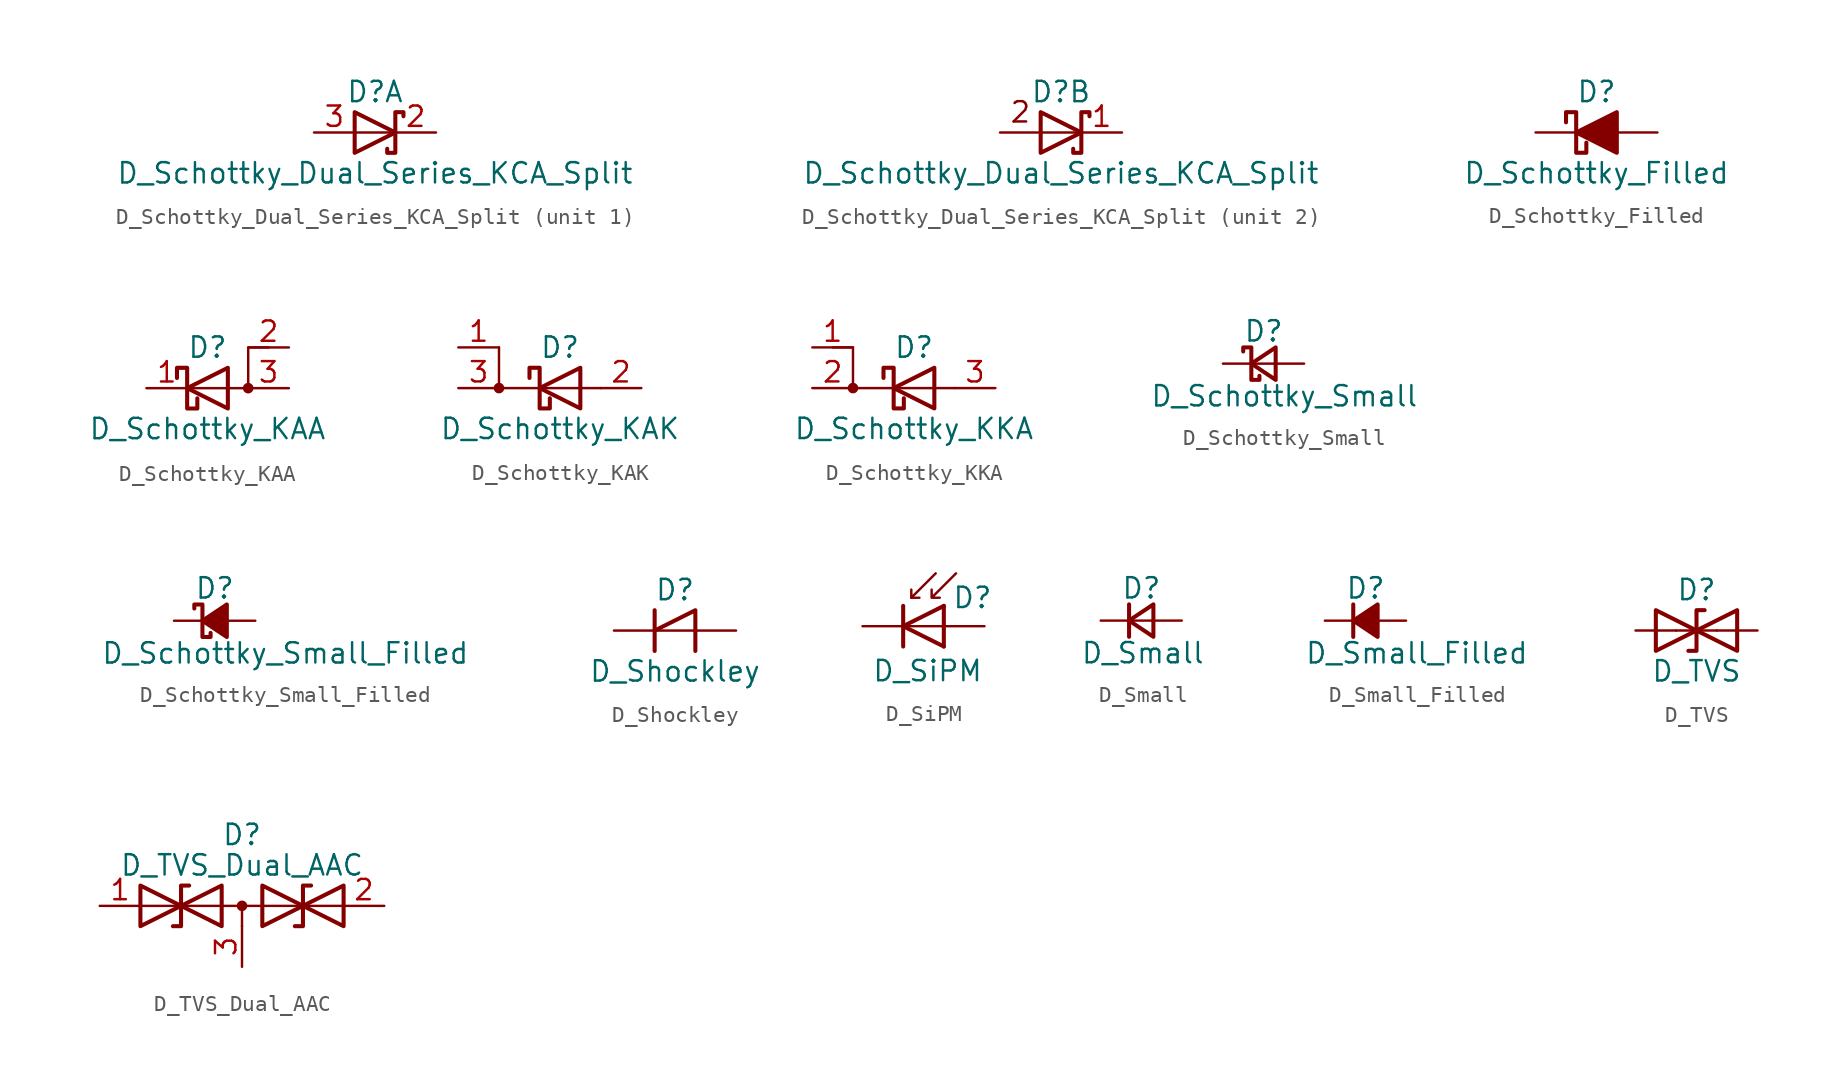
<source format=kicad_sym>
(kicad_symbol_lib
  (version 20241209)
  (generator "kicad_symbol_editor")
  (generator_version "9.0")
  (symbol "D_Schottky_Dual_Series_KCA_Split"
    (pin_names
      (offset 0.762)
      (hide yes))
    (property "Reference" "D"
      (at 0 2.54 0)
      (effects (font (size 1.27 1.27))))
    (property "Value" "D_Schottky_Dual_Series_KCA_Split"
      (at 0 -2.54 0)
      (effects (font (size 1.27 1.27))))
    (property "ki_locked" ""
      (at 0 0 0)
      (effects (font (size 1.27 1.27))))
    (symbol "D_Schottky_Dual_Series_KCA_Split_0_1"
      (polyline (pts (xy -1.27 1.27) (xy 1.27 0) (xy -1.27 -1.27) (xy -1.27 1.27) (xy -1.27 1.27) (xy -1.27 1.27)) (stroke (width 0.254) (type solid)) (fill (type none)))
      (polyline (pts (xy 1.778 1.016) (xy 1.778 1.27) (xy 1.27 1.27) (xy 1.27 -1.27) (xy 0.762 -1.27) (xy 0.762 -1.016)) (stroke (width 0.254) (type solid)) (fill (type none))))
    (symbol "D_Schottky_Dual_Series_KCA_Split_1_1"
      (polyline (pts (xy 1.27 0) (xy -1.27 0)) (stroke (width 0) (type solid)) (fill (type none)))
      (pin passive line (at -3.81 0 0) (length 2.54) (name "A" (effects (font (size 1.27 1.27)))) (number "3" (effects (font (size 1.27 1.27)))))
      (pin passive line (at 3.81 0 180) (length 2.54) (name "K" (effects (font (size 1.27 1.27)))) (number "2" (effects (font (size 1.27 1.27))))))
    (symbol "D_Schottky_Dual_Series_KCA_Split_2_0"
      (polyline (pts (xy 1.27 0) (xy -3.81 0)) (stroke (width 0) (type solid)) (fill (type none)))
      (text "2" (at -2.54 1.27 0) (effects (font (size 1.27 1.27)))))
    (symbol "D_Schottky_Dual_Series_KCA_Split_2_1"
      (pin passive line (at 3.81 0 180) (length 2.54) (name "K" (effects (font (size 1.27 1.27)))) (number "1" (effects (font (size 1.27 1.27)))))))
  (symbol "D_Schottky_Filled"
    (pin_numbers
      (hide yes))
    (pin_names
      (offset 1.016)
      (hide yes))
    (property "Reference" "D"
      (at 0 2.54 0)
      (effects (font (size 1.27 1.27))))
    (property "Value" "D_Schottky_Filled"
      (at 0 -2.54 0)
      (effects (font (size 1.27 1.27))))
    (symbol "D_Schottky_Filled_0_1"
      (polyline (pts (xy -1.905 0.635) (xy -1.905 1.27) (xy -1.27 1.27) (xy -1.27 -1.27) (xy -0.635 -1.27) (xy -0.635 -0.635)) (stroke (width 0.254) (type solid)) (fill (type none)))
      (polyline (pts (xy 1.27 1.27) (xy 1.27 -1.27) (xy -1.27 0) (xy 1.27 1.27)) (stroke (width 0.254) (type solid)) (fill (type outline)))
      (polyline (pts (xy 1.27 0) (xy -1.27 0)) (stroke (width 0) (type solid)) (fill (type none))))
    (symbol "D_Schottky_Filled_1_1"
      (pin passive line (at -3.81 0 0) (length 2.54) (name "K" (effects (font (size 1.27 1.27)))) (number "1" (effects (font (size 1.27 1.27)))))
      (pin passive line (at 3.81 0 180) (length 2.54) (name "A" (effects (font (size 1.27 1.27)))) (number "2" (effects (font (size 1.27 1.27)))))))
  (symbol "D_Schottky_KAA"
    (pin_names
      (offset 0)
      (hide yes))
    (property "Reference" "D"
      (at 0 2.54 0)
      (effects (font (size 1.27 1.27))))
    (property "Value" "D_Schottky_KAA"
      (at 0 -2.54 0)
      (effects (font (size 1.27 1.27))))
    (symbol "D_Schottky_KAA_0_1"
      (polyline (pts (xy -1.905 0.635) (xy -1.905 1.27) (xy -1.27 1.27) (xy -1.27 -1.27) (xy -0.635 -1.27) (xy -0.635 -0.635)) (stroke (width 0.254) (type solid)) (fill (type none)))
      (polyline (pts (xy 1.27 1.27) (xy 1.27 -1.27) (xy -1.27 0) (xy 1.27 1.27)) (stroke (width 0.254) (type solid)) (fill (type none)))
      (circle (center 2.54 0) (radius 0.254) (stroke (width 0) (type solid)) (fill (type outline)))
      (polyline (pts (xy 3.81 2.54) (xy 2.54 2.54) (xy 2.54 0) (xy -1.27 0)) (stroke (width 0) (type solid)) (fill (type none))))
    (symbol "D_Schottky_KAA_1_1"
      (pin passive line (at -3.81 0 0) (length 2.54) (name "K" (effects (font (size 1.27 1.27)))) (number "1" (effects (font (size 1.27 1.27)))))
      (pin input line (at 5.08 2.54 180) (length 2.54) (name "A" (effects (font (size 1.27 1.27)))) (number "2" (effects (font (size 1.27 1.27)))))
      (pin passive line (at 5.08 0 180) (length 2.54) (name "A" (effects (font (size 1.27 1.27)))) (number "3" (effects (font (size 1.27 1.27)))))))
  (symbol "D_Schottky_KAK"
    (pin_names
      (offset 0)
      (hide yes))
    (property "Reference" "D"
      (at 0 2.54 0)
      (effects (font (size 1.27 1.27))))
    (property "Value" "D_Schottky_KAK"
      (at 0 -2.54 0)
      (effects (font (size 1.27 1.27))))
    (symbol "D_Schottky_KAK_0_1"
      (polyline (pts (xy -3.81 2.54) (xy -3.81 0) (xy 2.54 0)) (stroke (width 0) (type solid)) (fill (type none)))
      (circle (center -3.81 0) (radius 0.254) (stroke (width 0) (type solid)) (fill (type outline)))
      (polyline (pts (xy -1.905 0.635) (xy -1.905 1.27) (xy -1.27 1.27) (xy -1.27 -1.27) (xy -0.635 -1.27) (xy -0.635 -0.635)) (stroke (width 0.254) (type solid)) (fill (type none)))
      (polyline (pts (xy 1.27 1.27) (xy 1.27 -1.27) (xy -1.27 0) (xy 1.27 1.27)) (stroke (width 0.254) (type solid)) (fill (type none))))
    (symbol "D_Schottky_KAK_1_1"
      (pin passive line (at -6.35 2.54 0) (length 2.54) (name "K" (effects (font (size 1.27 1.27)))) (number "1" (effects (font (size 1.27 1.27)))))
      (pin passive line (at -6.35 0 0) (length 2.54) (name "K" (effects (font (size 1.27 1.27)))) (number "3" (effects (font (size 1.27 1.27)))))
      (pin passive line (at 5.08 0 180) (length 2.54) (name "A" (effects (font (size 1.27 1.27)))) (number "2" (effects (font (size 1.27 1.27)))))))
  (symbol "D_Schottky_KKA"
    (pin_names
      (offset 0)
      (hide yes))
    (property "Reference" "D"
      (at 0 2.54 0)
      (effects (font (size 1.27 1.27))))
    (property "Value" "D_Schottky_KKA"
      (at 0 -2.54 0)
      (effects (font (size 1.27 1.27))))
    (symbol "D_Schottky_KKA_0_1"
      (polyline (pts (xy -5.08 2.54) (xy -3.81 2.54) (xy -3.81 0) (xy 2.54 0)) (stroke (width 0) (type solid)) (fill (type none)))
      (circle (center -3.81 0) (radius 0.254) (stroke (width 0) (type solid)) (fill (type outline)))
      (polyline (pts (xy -1.905 0.635) (xy -1.905 1.27) (xy -1.27 1.27) (xy -1.27 -1.27) (xy -0.635 -1.27) (xy -0.635 -0.635)) (stroke (width 0.254) (type solid)) (fill (type none)))
      (polyline (pts (xy 1.27 1.27) (xy 1.27 -1.27) (xy -1.27 0) (xy 1.27 1.27)) (stroke (width 0.254) (type solid)) (fill (type none))))
    (symbol "D_Schottky_KKA_1_1"
      (pin input line (at -6.35 2.54 0) (length 2.54) (name "K" (effects (font (size 1.27 1.27)))) (number "1" (effects (font (size 1.27 1.27)))))
      (pin passive line (at -6.35 0 0) (length 2.54) (name "K" (effects (font (size 1.27 1.27)))) (number "2" (effects (font (size 1.27 1.27)))))
      (pin passive line (at 5.08 0 180) (length 2.54) (name "A" (effects (font (size 1.27 1.27)))) (number "3" (effects (font (size 1.27 1.27)))))))
  (symbol "D_Schottky_Small"
    (pin_numbers
      (hide yes))
    (pin_names
      (offset 0.254)
      (hide yes))
    (property "Reference" "D"
      (at -1.27 2.032 0)
      (effects (font (size 1.27 1.27)) (justify left)))
    (property "Value" "D_Schottky_Small"
      (at -7.112 -2.032 0)
      (effects (font (size 1.27 1.27)) (justify left)))
    (symbol "D_Schottky_Small_0_1"
      (polyline (pts (xy -1.27 0.762) (xy -1.27 1.016) (xy -0.762 1.016) (xy -0.762 -1.016) (xy -0.254 -1.016) (xy -0.254 -0.762)) (stroke (width 0.254) (type solid)) (fill (type none)))
      (polyline (pts (xy -0.762 0) (xy 0.762 0)) (stroke (width 0) (type solid)) (fill (type none)))
      (polyline (pts (xy 0.762 -1.016) (xy -0.762 0) (xy 0.762 1.016) (xy 0.762 -1.016)) (stroke (width 0.254) (type solid)) (fill (type none))))
    (symbol "D_Schottky_Small_1_1"
      (pin passive line (at -2.54 0 0) (length 1.778) (name "K" (effects (font (size 1.27 1.27)))) (number "1" (effects (font (size 1.27 1.27)))))
      (pin passive line (at 2.54 0 180) (length 1.778) (name "A" (effects (font (size 1.27 1.27)))) (number "2" (effects (font (size 1.27 1.27)))))))
  (symbol "D_Schottky_Small_Filled"
    (pin_numbers
      (hide yes))
    (pin_names
      (offset 0.254)
      (hide yes))
    (property "Reference" "D"
      (at -1.27 2.032 0)
      (effects (font (size 1.27 1.27)) (justify left)))
    (property "Value" "D_Schottky_Small_Filled"
      (at -7.112 -2.032 0)
      (effects (font (size 1.27 1.27)) (justify left)))
    (symbol "D_Schottky_Small_Filled_0_1"
      (polyline (pts (xy -1.27 0.762) (xy -1.27 1.016) (xy -0.762 1.016) (xy -0.762 -1.016) (xy -0.254 -1.016) (xy -0.254 -0.762)) (stroke (width 0.254) (type solid)) (fill (type none)))
      (polyline (pts (xy -0.762 0) (xy 0.762 0)) (stroke (width 0) (type solid)) (fill (type none)))
      (polyline (pts (xy 0.762 -1.016) (xy -0.762 0) (xy 0.762 1.016) (xy 0.762 -1.016)) (stroke (width 0.254) (type solid)) (fill (type outline))))
    (symbol "D_Schottky_Small_Filled_1_1"
      (pin passive line (at -2.54 0 0) (length 1.778) (name "K" (effects (font (size 1.27 1.27)))) (number "1" (effects (font (size 1.27 1.27)))))
      (pin passive line (at 2.54 0 180) (length 1.778) (name "A" (effects (font (size 1.27 1.27)))) (number "2" (effects (font (size 1.27 1.27)))))))
  (symbol "D_Shockley"
    (pin_numbers
      (hide yes))
    (pin_names
      (offset 1.016)
      (hide yes))
    (property "Reference" "D"
      (at 0 2.54 0)
      (effects (font (size 1.27 1.27))))
    (property "Value" "D_Shockley"
      (at 0 -2.54 0)
      (effects (font (size 1.27 1.27))))
    (symbol "D_Shockley_0_1"
      (polyline (pts (xy -1.27 1.27) (xy -1.27 -1.27)) (stroke (width 0.254) (type solid)) (fill (type none)))
      (polyline (pts (xy -1.27 0) (xy 1.27 0)) (stroke (width 0) (type solid)) (fill (type none)))
      (polyline (pts (xy -1.27 0) (xy 1.27 1.27) (xy 1.27 -1.27)) (stroke (width 0.254) (type solid)) (fill (type none))))
    (symbol "D_Shockley_1_1"
      (pin passive line (at -3.81 0 0) (length 2.54) (name "K" (effects (font (size 1.27 1.27)))) (number "1" (effects (font (size 1.27 1.27)))))
      (pin passive line (at 3.81 0 180) (length 2.54) (name "A" (effects (font (size 1.27 1.27)))) (number "2" (effects (font (size 1.27 1.27)))))))
  (symbol "D_SiPM"
    (pin_numbers
      (hide yes))
    (pin_names
      (hide yes))
    (property "Reference" "D"
      (at 1.778 1.778 0)
      (effects (font (size 1.27 1.27)) (justify left)))
    (property "Value" "D_SiPM"
      (at 0.254 -2.794 0)
      (effects (font (size 1.27 1.27))))
    (symbol "D_SiPM_0_1"
      (polyline (pts (xy -1.27 1.27) (xy -1.27 -1.27)) (stroke (width 0.254) (type solid)) (fill (type none)))
      (polyline (pts (xy -1.27 0) (xy 1.27 0)) (stroke (width 0) (type solid)) (fill (type none)))
      (polyline (pts (xy -0.762 1.778) (xy -0.254 1.778)) (stroke (width 0) (type solid)) (fill (type none)))
      (polyline (pts (xy 0.762 3.302) (xy -0.762 1.778) (xy -0.762 2.286)) (stroke (width 0) (type solid)) (fill (type none)))
      (polyline (pts (xy 1.27 1.27) (xy 1.27 -1.27)) (stroke (width 0.254) (type solid)) (fill (type none)))
      (polyline (pts (xy 1.27 1.27) (xy -1.27 0) (xy 1.27 -1.27)) (stroke (width 0.254) (type solid)) (fill (type none)))
      (polyline (pts (xy 2.032 3.302) (xy 0.508 1.778) (xy 0.508 2.286) (xy 0.508 1.778) (xy 1.016 1.778)) (stroke (width 0) (type solid)) (fill (type none))))
    (symbol "D_SiPM_1_1"
      (pin passive line (at -3.81 0 0) (length 2.54) (name "K" (effects (font (size 1.27 1.27)))) (number "1" (effects (font (size 1.27 1.27)))))
      (pin passive line (at 3.81 0 180) (length 2.54) (name "A" (effects (font (size 1.27 1.27)))) (number "2" (effects (font (size 1.27 1.27)))))))
  (symbol "D_Small"
    (pin_numbers
      (hide yes))
    (pin_names
      (offset 0.254)
      (hide yes))
    (property "Reference" "D"
      (at -1.27 2.032 0)
      (effects (font (size 1.27 1.27)) (justify left)))
    (property "Value" "D_Small"
      (at -3.81 -2.032 0)
      (effects (font (size 1.27 1.27)) (justify left)))
    (symbol "D_Small_0_1"
      (polyline (pts (xy -0.762 0) (xy 0.762 0)) (stroke (width 0) (type solid)) (fill (type none)))
      (polyline (pts (xy -0.762 -1.016) (xy -0.762 1.016)) (stroke (width 0.254) (type solid)) (fill (type none)))
      (polyline (pts (xy 0.762 -1.016) (xy -0.762 0) (xy 0.762 1.016) (xy 0.762 -1.016)) (stroke (width 0.254) (type solid)) (fill (type none))))
    (symbol "D_Small_1_1"
      (pin passive line (at -2.54 0 0) (length 1.778) (name "K" (effects (font (size 1.27 1.27)))) (number "1" (effects (font (size 1.27 1.27)))))
      (pin passive line (at 2.54 0 180) (length 1.778) (name "A" (effects (font (size 1.27 1.27)))) (number "2" (effects (font (size 1.27 1.27)))))))
  (symbol "D_Small_Filled"
    (pin_numbers
      (hide yes))
    (pin_names
      (offset 0.254)
      (hide yes))
    (property "Reference" "D"
      (at -1.27 2.032 0)
      (effects (font (size 1.27 1.27)) (justify left)))
    (property "Value" "D_Small_Filled"
      (at -3.81 -2.032 0)
      (effects (font (size 1.27 1.27)) (justify left)))
    (symbol "D_Small_Filled_0_1"
      (polyline (pts (xy -0.762 0) (xy 0.762 0)) (stroke (width 0) (type solid)) (fill (type none)))
      (polyline (pts (xy -0.762 -1.016) (xy -0.762 1.016)) (stroke (width 0.254) (type solid)) (fill (type none)))
      (polyline (pts (xy 0.762 -1.016) (xy -0.762 0) (xy 0.762 1.016) (xy 0.762 -1.016)) (stroke (width 0.254) (type solid)) (fill (type outline))))
    (symbol "D_Small_Filled_1_1"
      (pin passive line (at -2.54 0 0) (length 1.778) (name "K" (effects (font (size 1.27 1.27)))) (number "1" (effects (font (size 1.27 1.27)))))
      (pin passive line (at 2.54 0 180) (length 1.778) (name "A" (effects (font (size 1.27 1.27)))) (number "2" (effects (font (size 1.27 1.27)))))))
  (symbol "D_TVS"
    (pin_numbers
      (hide yes))
    (pin_names
      (offset 1.016)
      (hide yes))
    (property "Reference" "D"
      (at 0 2.54 0)
      (effects (font (size 1.27 1.27))))
    (property "Value" "D_TVS"
      (at 0 -2.54 0)
      (effects (font (size 1.27 1.27))))
    (symbol "D_TVS_0_1"
      (polyline (pts (xy -2.54 1.27) (xy -2.54 -1.27) (xy 2.54 1.27) (xy 2.54 -1.27) (xy -2.54 1.27)) (stroke (width 0.254) (type solid)) (fill (type none)))
      (polyline (pts (xy 0.508 1.27) (xy 0 1.27) (xy 0 -1.27) (xy -0.508 -1.27)) (stroke (width 0.254) (type solid)) (fill (type none)))
      (polyline (pts (xy 1.27 0) (xy -1.27 0)) (stroke (width 0) (type solid)) (fill (type none))))
    (symbol "D_TVS_1_1"
      (pin passive line (at -3.81 0 0) (length 2.54) (name "A1" (effects (font (size 1.27 1.27)))) (number "1" (effects (font (size 1.27 1.27)))))
      (pin passive line (at 3.81 0 180) (length 2.54) (name "A2" (effects (font (size 1.27 1.27)))) (number "2" (effects (font (size 1.27 1.27)))))))
  (symbol "D_TVS_Dual_AAC"
    (pin_names
      (offset 1.016)
      (hide yes))
    (property "Reference" "D"
      (at 0 4.445 0)
      (effects (font (size 1.27 1.27))))
    (property "Value" "D_TVS_Dual_AAC"
      (at 0 2.54 0)
      (effects (font (size 1.27 1.27))))
    (symbol "D_TVS_Dual_AAC_0_0"
      (polyline (pts (xy 0 -1.27) (xy 0 0)) (stroke (width 0) (type solid)) (fill (type none))))
    (symbol "D_TVS_Dual_AAC_0_1"
      (polyline (pts (xy -6.35 1.27) (xy -1.27 -1.27) (xy -1.27 1.27) (xy -6.35 -1.27) (xy -6.35 1.27)) (stroke (width 0.254) (type solid)) (fill (type none)))
      (polyline (pts (xy -6.35 0) (xy 6.35 0)) (stroke (width 0) (type solid)) (fill (type none)))
      (polyline (pts (xy -3.302 1.27) (xy -3.81 1.27) (xy -3.81 -1.27) (xy -4.318 -1.27)) (stroke (width 0.254) (type solid)) (fill (type none)))
      (circle (center 0 0) (radius 0.254) (stroke (width 0) (type solid)) (fill (type outline)))
      (polyline (pts (xy 4.318 1.27) (xy 3.81 1.27) (xy 3.81 -1.27) (xy 3.302 -1.27)) (stroke (width 0.254) (type solid)) (fill (type none)))
      (polyline (pts (xy 6.35 1.27) (xy 1.27 -1.27) (xy 1.27 1.27) (xy 6.35 -1.27) (xy 6.35 1.27)) (stroke (width 0.254) (type solid)) (fill (type none))))
    (symbol "D_TVS_Dual_AAC_1_1"
      (pin passive line (at -8.89 0 0) (length 2.54) (name "A1" (effects (font (size 1.27 1.27)))) (number "1" (effects (font (size 1.27 1.27)))))
      (pin input line (at 0 -3.81 90) (length 2.54) (name "common" (effects (font (size 1.27 1.27)))) (number "3" (effects (font (size 1.27 1.27)))))
      (pin passive line (at 8.89 0 180) (length 2.54) (name "A2" (effects (font (size 1.27 1.27)))) (number "2" (effects (font (size 1.27 1.27))))))))
</source>
